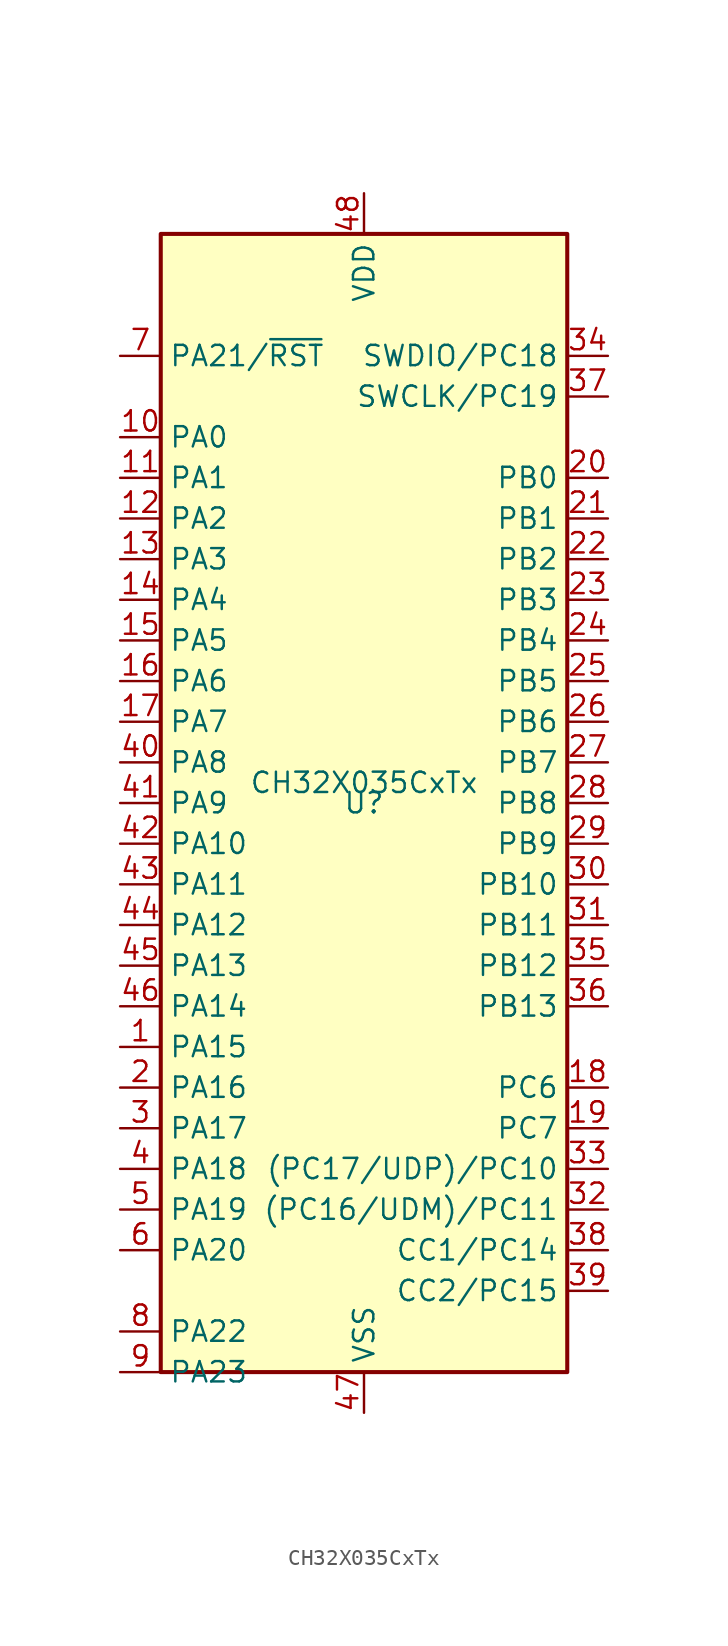
<source format=kicad_sym>
(kicad_symbol_lib
  (version 20231120)
  (generator "kicad_symbol_editor")
  (generator_version "8.0")
  (symbol "CH32X035CxTx"
    (property "Reference" "U"
      (at 0 0 0)
      (effects (font (size 1.27 1.27))))
    (property "Value" "CH32X035CxTx"
      (at 0 1.27 0)
      (effects (font (size 1.27 1.27))))
    (symbol "CH32X035CxTx_1_0"
      (pin bidirectional line (at -15.24 -15.24 0) (length 2.54) (name "PA15" (effects (font (size 1.27 1.27)))) (number "1" (effects (font (size 1.27 1.27)))) (alternate "I2S3_WS" bidirectional line) (alternate "SPI1_NSS" bidirectional line) (alternate "SPI3_NSS" bidirectional line) (alternate "TIM2_CH1_ETR_1" bidirectional line) (alternate "TIM2_CH1_ETR_3" bidirectional line) (alternate "TIM8_CH3N_1" bidirectional line) (alternate "UART8_RX_1" bidirectional line))
      (pin bidirectional line (at -15.24 22.86 0) (length 2.54) (name "PA0" (effects (font (size 1.27 1.27)))) (number "10" (effects (font (size 1.27 1.27)))) (alternate "ADC_IN0" bidirectional line) (alternate "OPA4_OUT0" bidirectional line) (alternate "TIM2_CH1_ETR" bidirectional line) (alternate "TIM2_CH1_ETR_2" bidirectional line) (alternate "TIM5_CH1" bidirectional line) (alternate "TIM8_ETR" bidirectional line) (alternate "TIM8_ETR_1" bidirectional line) (alternate "WKUP" bidirectional line))
      (pin bidirectional line (at -15.24 20.32 0) (length 2.54) (name "PA1" (effects (font (size 1.27 1.27)))) (number "11" (effects (font (size 1.27 1.27)))) (alternate "ADC_IN1" bidirectional line) (alternate "OPA3_OUT0" bidirectional line) (alternate "TIM2_CH2" bidirectional line) (alternate "TIM2_CH2_2" bidirectional line) (alternate "TIM5_CH2" bidirectional line) (alternate "TIM9_BKIN_1" bidirectional line) (alternate "USART2_RTS" bidirectional line))
      (pin bidirectional line (at -15.24 17.78 0) (length 2.54) (name "PA2" (effects (font (size 1.27 1.27)))) (number "12" (effects (font (size 1.27 1.27)))) (alternate "ADC_IN2" bidirectional line) (alternate "OPA2_OUT0" bidirectional line) (alternate "TIM2_CH3" bidirectional line) (alternate "TIM2_CH3_1" bidirectional line) (alternate "TIM5_CH3" bidirectional line) (alternate "TIM9_CH1" bidirectional line) (alternate "TIM9_CH1_ETR_1" bidirectional line) (alternate "TIM9_ETR" bidirectional line) (alternate "USART2_TX" bidirectional line))
      (pin bidirectional line (at -15.24 15.24 0) (length 2.54) (name "PA3" (effects (font (size 1.27 1.27)))) (number "13" (effects (font (size 1.27 1.27)))) (alternate "ADC_IN3" bidirectional line) (alternate "OPA1_OUT0" bidirectional line) (alternate "TIM2_CH4" bidirectional line) (alternate "TIM2_CH4_1" bidirectional line) (alternate "TIM5_CH4" bidirectional line) (alternate "TIM9_CH2" bidirectional line) (alternate "TIM9_CH2_1" bidirectional line) (alternate "USART2_RX" bidirectional line))
      (pin bidirectional line (at -15.24 12.7 0) (length 2.54) (name "PA4" (effects (font (size 1.27 1.27)))) (number "14" (effects (font (size 1.27 1.27)))) (alternate "ADC_IN4" bidirectional line) (alternate "DAC_OUT1" bidirectional line) (alternate "I2S3_WS" bidirectional line) (alternate "SPI1_NSS" bidirectional line) (alternate "SPI3_NSS" bidirectional line) (alternate "TIM9_CH3" bidirectional line) (alternate "TIM9_CH3_1" bidirectional line) (alternate "USART2_CK" bidirectional line))
      (pin bidirectional line (at -15.24 10.16 0) (length 2.54) (name "PA5" (effects (font (size 1.27 1.27)))) (number "15" (effects (font (size 1.27 1.27)))) (alternate "ADC_IN5" bidirectional line) (alternate "DAC_OUT2" bidirectional line) (alternate "OPA2_CH1N" bidirectional line) (alternate "SPI1_SCK" bidirectional line) (alternate "TIM10_CH1N_1" bidirectional line) (alternate "USART1_CK_3" bidirectional line) (alternate "USART1_CTS_2" bidirectional line))
      (pin bidirectional line (at -15.24 7.62 0) (length 2.54) (name "PA6" (effects (font (size 1.27 1.27)))) (number "16" (effects (font (size 1.27 1.27)))) (alternate "ADC_IN6" bidirectional line) (alternate "OPA1_CH1N" bidirectional line) (alternate "SPI1_MISO" bidirectional line) (alternate "TIM10_CH2N_1" bidirectional line) (alternate "TIM1_BKIN_1" bidirectional line) (alternate "TIM3_CH1" bidirectional line) (alternate "TIM8_BKIN" bidirectional line) (alternate "USART1_TX_3" bidirectional line) (alternate "USART7_TX_1" bidirectional line))
      (pin bidirectional line (at -15.24 5.08 0) (length 2.54) (name "PA7" (effects (font (size 1.27 1.27)))) (number "17" (effects (font (size 1.27 1.27)))) (alternate "ADC_IN7" bidirectional line) (alternate "OPA2_CH1P" bidirectional line) (alternate "SPI1_MOSI" bidirectional line) (alternate "TIM10_CH3N_1" bidirectional line) (alternate "TIM1_CH1N_1" bidirectional line) (alternate "TIM3_CH2" bidirectional line) (alternate "TIM8_CH1N" bidirectional line) (alternate "UART7_RX_1" bidirectional line) (alternate "USART1_RX_3" bidirectional line))
      (pin bidirectional line (at 15.24 -17.78 180) (length 2.54) (name "PC6" (effects (font (size 1.27 1.27)))) (number "18" (effects (font (size 1.27 1.27)))))
      (pin bidirectional line (at 15.24 -20.32 180) (length 2.54) (name "PC7" (effects (font (size 1.27 1.27)))) (number "19" (effects (font (size 1.27 1.27)))))
      (pin bidirectional line (at -15.24 -17.78 0) (length 2.54) (name "PA16" (effects (font (size 1.27 1.27)))) (number "2" (effects (font (size 1.27 1.27)))))
      (pin bidirectional line (at 15.24 20.32 180) (length 2.54) (name "PB0" (effects (font (size 1.27 1.27)))) (number "20" (effects (font (size 1.27 1.27)))) (alternate "ADC_IN8" bidirectional line) (alternate "OPA1_CH1P" bidirectional line) (alternate "TIM1_CH2N_1" bidirectional line) (alternate "TIM3_CH3" bidirectional line) (alternate "TIM3_CH3_2" bidirectional line) (alternate "TIM8_CH2N" bidirectional line) (alternate "TIM9_CH1N_1" bidirectional line) (alternate "UART4_TX_1" bidirectional line))
      (pin bidirectional line (at 15.24 17.78 180) (length 2.54) (name "PB1" (effects (font (size 1.27 1.27)))) (number "21" (effects (font (size 1.27 1.27)))) (alternate "ADC_IN9" bidirectional line) (alternate "OPA4_CH0N" bidirectional line) (alternate "TIM1_CH3N_1" bidirectional line) (alternate "TIM3_CH4" bidirectional line) (alternate "TIM3_CH4_2" bidirectional line) (alternate "TIM8_CH3N" bidirectional line) (alternate "TIM9_CH2N_1" bidirectional line) (alternate "UART4_RX_1" bidirectional line))
      (pin bidirectional line (at 15.24 15.24 180) (length 2.54) (name "PB2" (effects (font (size 1.27 1.27)))) (number "22" (effects (font (size 1.27 1.27)))) (alternate "BOOT1" bidirectional line) (alternate "OPA3_CH0N" bidirectional line) (alternate "TIM9_CH3N_1" bidirectional line))
      (pin bidirectional line (at 15.24 12.7 180) (length 2.54) (name "PB3" (effects (font (size 1.27 1.27)))) (number "23" (effects (font (size 1.27 1.27)))) (alternate "SPI1_SCK" bidirectional line) (alternate "SPI3_SCK" bidirectional line) (alternate "TIM10_CH1_1" bidirectional line) (alternate "TIM2_CH2_1" bidirectional line) (alternate "TIM2_CH2_3" bidirectional line))
      (pin bidirectional line (at 15.24 10.16 180) (length 2.54) (name "PB4" (effects (font (size 1.27 1.27)))) (number "24" (effects (font (size 1.27 1.27)))) (alternate "SPI1_MISO" bidirectional line) (alternate "SPI3_MISO" bidirectional line) (alternate "TIM10_CH2_1" bidirectional line) (alternate "TIM3_CH1_2" bidirectional line) (alternate "UART5_TX_1" bidirectional line))
      (pin bidirectional line (at 15.24 7.62 180) (length 2.54) (name "PB5" (effects (font (size 1.27 1.27)))) (number "25" (effects (font (size 1.27 1.27)))) (alternate "CAN2_RX" bidirectional line) (alternate "I2C1_SMBA" bidirectional line) (alternate "SPI1_MOSI" bidirectional line) (alternate "SPI3_MOSI" bidirectional line) (alternate "TIM10_CH3_1" bidirectional line) (alternate "TIM3_CH2_2" bidirectional line) (alternate "UART5_RX_1" bidirectional line))
      (pin bidirectional line (at 15.24 5.08 180) (length 2.54) (name "PB6" (effects (font (size 1.27 1.27)))) (number "26" (effects (font (size 1.27 1.27)))) (alternate "CAN2_TX" bidirectional line) (alternate "I2C1_SCL" bidirectional line) (alternate "TIM4_CH1" bidirectional line) (alternate "TIM8_CH1_1" bidirectional line) (alternate "USART1_TX_1" bidirectional line) (alternate "USBFS_DM" bidirectional line) (alternate "USBHS_DM" bidirectional line))
      (pin bidirectional line (at 15.24 2.54 180) (length 2.54) (name "PB7" (effects (font (size 1.27 1.27)))) (number "27" (effects (font (size 1.27 1.27)))) (alternate "I2C1_SDA" bidirectional line) (alternate "TIM4_CH2" bidirectional line) (alternate "TIM8_CH2_1" bidirectional line) (alternate "USART1_RX_1" bidirectional line) (alternate "USBFS_DP" bidirectional line) (alternate "USBHS_D4" bidirectional line))
      (pin bidirectional line (at 15.24 0 180) (length 2.54) (name "PB8" (effects (font (size 1.27 1.27)))) (number "28" (effects (font (size 1.27 1.27)))) (alternate "CAN1_RX" bidirectional line) (alternate "I2C1_SCL" bidirectional line) (alternate "TIM10_CH1" bidirectional line) (alternate "TIM4_CH3" bidirectional line) (alternate "TIM8_CH3_1" bidirectional line) (alternate "UART6_TX_1" bidirectional line))
      (pin bidirectional line (at 15.24 -2.54 180) (length 2.54) (name "PB9" (effects (font (size 1.27 1.27)))) (number "29" (effects (font (size 1.27 1.27)))) (alternate "CAN1_TX" bidirectional line) (alternate "I2C1_SDA" bidirectional line) (alternate "TIM10_CH2" bidirectional line) (alternate "TIM4_CH4" bidirectional line) (alternate "TIM8_BKIN_1" bidirectional line) (alternate "UART6_RX_1" bidirectional line))
      (pin bidirectional line (at -15.24 -20.32 0) (length 2.54) (name "PA17" (effects (font (size 1.27 1.27)))) (number "3" (effects (font (size 1.27 1.27)))))
      (pin bidirectional line (at 15.24 -5.08 180) (length 2.54) (name "PB10" (effects (font (size 1.27 1.27)))) (number "30" (effects (font (size 1.27 1.27)))) (alternate "I2C2_SCL" bidirectional line) (alternate "OPA2_CH0N" bidirectional line) (alternate "TIM10_BKIN_1" bidirectional line) (alternate "TIM2_CH3_2" bidirectional line) (alternate "TIM2_CH3_3" bidirectional line) (alternate "USART3_TX" bidirectional line))
      (pin bidirectional line (at 15.24 -7.62 180) (length 2.54) (name "PB11" (effects (font (size 1.27 1.27)))) (number "31" (effects (font (size 1.27 1.27)))) (alternate "I2C2_SDA" bidirectional line) (alternate "OPA1_CH0N" bidirectional line) (alternate "TIM10_ETR_1" bidirectional line) (alternate "TIM2_CH4_2" bidirectional line) (alternate "TIM2_CH4_3" bidirectional line) (alternate "USART3_RX" bidirectional line))
      (pin bidirectional line (at 15.24 -25.4 180) (length 2.54) (name "(PC16/UDM)/PC11" (effects (font (size 1.27 1.27)))) (number "32" (effects (font (size 1.27 1.27)))))
      (pin bidirectional line (at 15.24 -22.86 180) (length 2.54) (name "(PC17/UDP)/PC10" (effects (font (size 1.27 1.27)))) (number "33" (effects (font (size 1.27 1.27)))))
      (pin bidirectional line (at 15.24 27.94 180) (length 2.54) (name "SWDIO/PC18" (effects (font (size 1.27 1.27)))) (number "34" (effects (font (size 1.27 1.27)))))
      (pin bidirectional line (at 15.24 -10.16 180) (length 2.54) (name "PB12" (effects (font (size 1.27 1.27)))) (number "35" (effects (font (size 1.27 1.27)))) (alternate "CAN2_RX" bidirectional line) (alternate "I2C2_SMBA" bidirectional line) (alternate "OPA4_CH0P" bidirectional line) (alternate "SPI2_NSS" bidirectional line) (alternate "TIM1_BKIN" bidirectional line) (alternate "USART3_CK" bidirectional line))
      (pin bidirectional line (at 15.24 -12.7 180) (length 2.54) (name "PB13" (effects (font (size 1.27 1.27)))) (number "36" (effects (font (size 1.27 1.27)))) (alternate "CAN2_TX" bidirectional line) (alternate "I2S2_CK" bidirectional line) (alternate "OPA3_CH0P" bidirectional line) (alternate "SPI2_SCK" bidirectional line) (alternate "TIM1_CH1N" bidirectional line) (alternate "USART3_CTS" bidirectional line) (alternate "USART3_CTS_1" bidirectional line))
      (pin bidirectional line (at 15.24 25.4 180) (length 2.54) (name "SWCLK/PC19" (effects (font (size 1.27 1.27)))) (number "37" (effects (font (size 1.27 1.27)))))
      (pin bidirectional line (at 15.24 -27.94 180) (length 2.54) (name "CC1/PC14" (effects (font (size 1.27 1.27)))) (number "38" (effects (font (size 1.27 1.27)))) (alternate "OSC32_IN" bidirectional line) (alternate "TIM9_CH4_1" bidirectional line))
      (pin bidirectional line (at 15.24 -30.48 180) (length 2.54) (name "CC2/PC15" (effects (font (size 1.27 1.27)))) (number "39" (effects (font (size 1.27 1.27)))) (alternate "OSC32_OUT" bidirectional line) (alternate "TIM10_CH4_1" bidirectional line))
      (pin bidirectional line (at -15.24 -22.86 0) (length 2.54) (name "PA18" (effects (font (size 1.27 1.27)))) (number "4" (effects (font (size 1.27 1.27)))))
      (pin bidirectional line (at -15.24 2.54 0) (length 2.54) (name "PA8" (effects (font (size 1.27 1.27)))) (number "40" (effects (font (size 1.27 1.27)))) (alternate "MCO" bidirectional line) (alternate "TIM1_CH1" bidirectional line) (alternate "TIM1_CH1_1" bidirectional line) (alternate "USART1_CK" bidirectional line) (alternate "USART1_CK_1" bidirectional line) (alternate "USART1_RX_2" bidirectional line))
      (pin bidirectional line (at -15.24 0 0) (length 2.54) (name "PA9" (effects (font (size 1.27 1.27)))) (number "41" (effects (font (size 1.27 1.27)))) (alternate "OTG_FS_VBUS" bidirectional line) (alternate "TIM1_CH2" bidirectional line) (alternate "TIM1_CH2_1" bidirectional line) (alternate "USART1_RTS_2" bidirectional line) (alternate "USART1_TX" bidirectional line))
      (pin bidirectional line (at -15.24 -2.54 0) (length 2.54) (name "PA10" (effects (font (size 1.27 1.27)))) (number "42" (effects (font (size 1.27 1.27)))) (alternate "OTG_FS_ID" bidirectional line) (alternate "TIM1_CH3" bidirectional line) (alternate "TIM1_CH3_1" bidirectional line) (alternate "USART1_CK_2" bidirectional line) (alternate "USART1_RX" bidirectional line))
      (pin bidirectional line (at -15.24 -5.08 0) (length 2.54) (name "PA11" (effects (font (size 1.27 1.27)))) (number "43" (effects (font (size 1.27 1.27)))) (alternate "CAN1_RX" bidirectional line) (alternate "OTG_FS_DM" bidirectional line) (alternate "TIM1_CH4" bidirectional line) (alternate "TIM1_CH4_1" bidirectional line) (alternate "USART1_CTS" bidirectional line) (alternate "USART1_CTS_1" bidirectional line))
      (pin bidirectional line (at -15.24 -7.62 0) (length 2.54) (name "PA12" (effects (font (size 1.27 1.27)))) (number "44" (effects (font (size 1.27 1.27)))) (alternate "CAN1_TX" bidirectional line) (alternate "OTG_FS_DP" bidirectional line) (alternate "TIM10_CH1N" bidirectional line) (alternate "TIM1_ETR" bidirectional line) (alternate "TIM1_ETR_1" bidirectional line) (alternate "USART1_RTS" bidirectional line) (alternate "USART1_RTS_1" bidirectional line))
      (pin bidirectional line (at -15.24 -10.16 0) (length 2.54) (name "PA13" (effects (font (size 1.27 1.27)))) (number "45" (effects (font (size 1.27 1.27)))))
      (pin bidirectional line (at -15.24 -12.7 0) (length 2.54) (name "PA14" (effects (font (size 1.27 1.27)))) (number "46" (effects (font (size 1.27 1.27)))))
      (pin power_in line (at 0 -38.1 90) (length 2.54) (name "VSS" (effects (font (size 1.27 1.27)))) (number "47" (effects (font (size 1.27 1.27)))))
      (pin power_in line (at 0 38.1 270) (length 2.54) (name "VDD" (effects (font (size 1.27 1.27)))) (number "48" (effects (font (size 1.27 1.27)))))
      (pin bidirectional line (at -15.24 -25.4 0) (length 2.54) (name "PA19" (effects (font (size 1.27 1.27)))) (number "5" (effects (font (size 1.27 1.27)))))
      (pin bidirectional line (at -15.24 -27.94 0) (length 2.54) (name "PA20" (effects (font (size 1.27 1.27)))) (number "6" (effects (font (size 1.27 1.27)))))
      (pin bidirectional line (at -15.24 27.94 0) (length 2.54) (name "PA21/~{RST}" (effects (font (size 1.27 1.27)))) (number "7" (effects (font (size 1.27 1.27)))))
      (pin bidirectional line (at -15.24 -33.02 0) (length 2.54) (name "PA22" (effects (font (size 1.27 1.27)))) (number "8" (effects (font (size 1.27 1.27)))))
      (pin bidirectional line (at -15.24 -35.56 0) (length 2.54) (name "PA23" (effects (font (size 1.27 1.27)))) (number "9" (effects (font (size 1.27 1.27))))))
    (symbol "CH32X035CxTx_1_1"
      (rectangle (start -12.7 35.56) (end 12.7 -35.56) (stroke (width 0.254) (type default)) (fill (type background))))))
</source>
